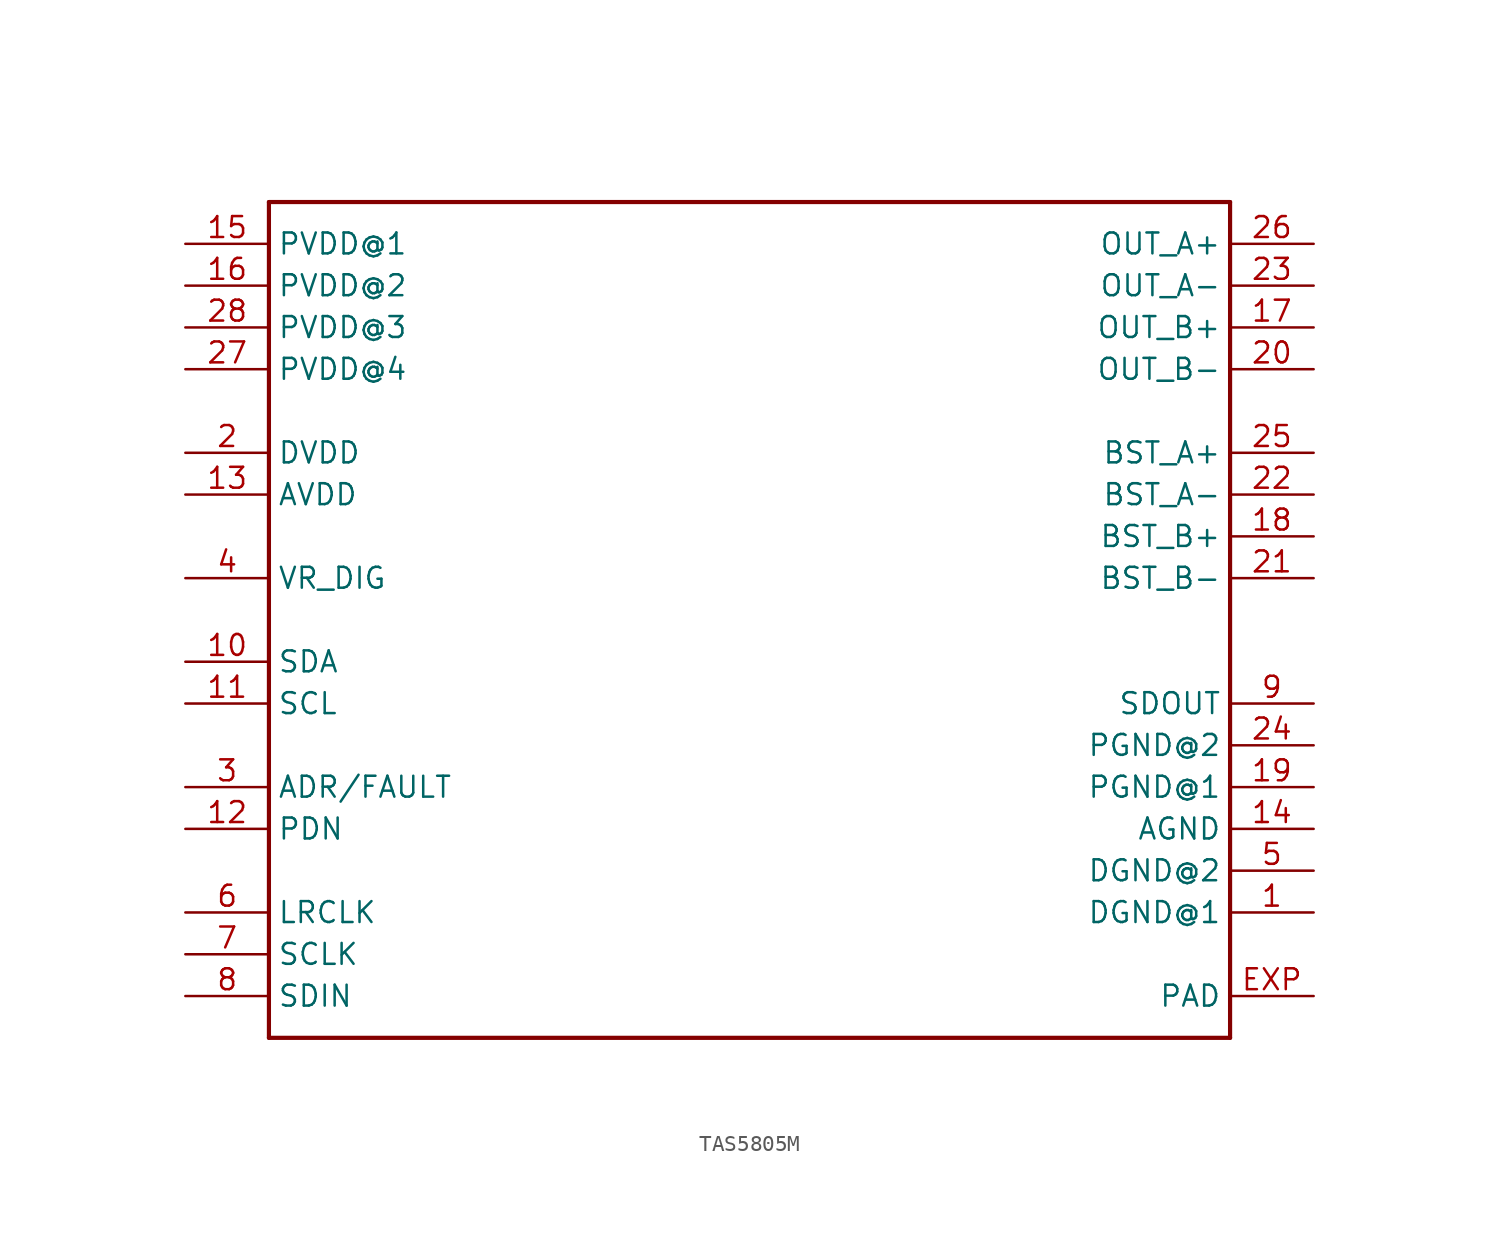
<source format=kicad_sym>
(kicad_symbol_lib
  (version 20231120)
  (generator "kicad_symbol_editor")
  (generator_version "8.0")
  (symbol "TAS5805M"
    (property "Reference" ""
      (at -15.24 25.4 0)
      (effects (font (size 1.27 1.079)) (justify left bottom) (hide yes)))
    (property "Value" ""
      (at 10.16 25.4 0)
      (effects (font (size 1.27 1.079)) (justify left bottom)))
    (property "ki_locked" ""
      (at 0 0 0)
      (effects (font (size 1.27 1.27))))
    (symbol "TAS5805M_1_0"
      (polyline (pts (xy -27.94 -27.94) (xy 30.48 -27.94)) (stroke (width 0.254) (type solid)) (fill (type none)))
      (polyline (pts (xy -27.94 22.86) (xy -27.94 -27.94)) (stroke (width 0.254) (type solid)) (fill (type none)))
      (polyline (pts (xy 30.48 -27.94) (xy 30.48 22.86)) (stroke (width 0.254) (type solid)) (fill (type none)))
      (polyline (pts (xy 30.48 22.86) (xy -27.94 22.86)) (stroke (width 0.254) (type solid)) (fill (type none)))
      (pin bidirectional line (at 35.56 -20.32 180) (length 5.08) (name "DGND@1" (effects (font (size 1.27 1.27)))) (number "1" (effects (font (size 1.27 1.27)))))
      (pin bidirectional line (at -33.02 -5.08 0) (length 5.08) (name "SDA" (effects (font (size 1.27 1.27)))) (number "10" (effects (font (size 1.27 1.27)))))
      (pin bidirectional line (at -33.02 -7.62 0) (length 5.08) (name "SCL" (effects (font (size 1.27 1.27)))) (number "11" (effects (font (size 1.27 1.27)))))
      (pin bidirectional line (at -33.02 -15.24 0) (length 5.08) (name "PDN" (effects (font (size 1.27 1.27)))) (number "12" (effects (font (size 1.27 1.27)))))
      (pin bidirectional line (at -33.02 5.08 0) (length 5.08) (name "AVDD" (effects (font (size 1.27 1.27)))) (number "13" (effects (font (size 1.27 1.27)))))
      (pin bidirectional line (at 35.56 -15.24 180) (length 5.08) (name "AGND" (effects (font (size 1.27 1.27)))) (number "14" (effects (font (size 1.27 1.27)))))
      (pin bidirectional line (at -33.02 20.32 0) (length 5.08) (name "PVDD@1" (effects (font (size 1.27 1.27)))) (number "15" (effects (font (size 1.27 1.27)))))
      (pin bidirectional line (at -33.02 17.78 0) (length 5.08) (name "PVDD@2" (effects (font (size 1.27 1.27)))) (number "16" (effects (font (size 1.27 1.27)))))
      (pin bidirectional line (at 35.56 15.24 180) (length 5.08) (name "OUT_B+" (effects (font (size 1.27 1.27)))) (number "17" (effects (font (size 1.27 1.27)))))
      (pin bidirectional line (at 35.56 2.54 180) (length 5.08) (name "BST_B+" (effects (font (size 1.27 1.27)))) (number "18" (effects (font (size 1.27 1.27)))))
      (pin bidirectional line (at 35.56 -12.7 180) (length 5.08) (name "PGND@1" (effects (font (size 1.27 1.27)))) (number "19" (effects (font (size 1.27 1.27)))))
      (pin bidirectional line (at -33.02 7.62 0) (length 5.08) (name "DVDD" (effects (font (size 1.27 1.27)))) (number "2" (effects (font (size 1.27 1.27)))))
      (pin bidirectional line (at 35.56 12.7 180) (length 5.08) (name "OUT_B-" (effects (font (size 1.27 1.27)))) (number "20" (effects (font (size 1.27 1.27)))))
      (pin bidirectional line (at 35.56 0 180) (length 5.08) (name "BST_B-" (effects (font (size 1.27 1.27)))) (number "21" (effects (font (size 1.27 1.27)))))
      (pin bidirectional line (at 35.56 5.08 180) (length 5.08) (name "BST_A-" (effects (font (size 1.27 1.27)))) (number "22" (effects (font (size 1.27 1.27)))))
      (pin bidirectional line (at 35.56 17.78 180) (length 5.08) (name "OUT_A-" (effects (font (size 1.27 1.27)))) (number "23" (effects (font (size 1.27 1.27)))))
      (pin bidirectional line (at 35.56 -10.16 180) (length 5.08) (name "PGND@2" (effects (font (size 1.27 1.27)))) (number "24" (effects (font (size 1.27 1.27)))))
      (pin bidirectional line (at 35.56 7.62 180) (length 5.08) (name "BST_A+" (effects (font (size 1.27 1.27)))) (number "25" (effects (font (size 1.27 1.27)))))
      (pin bidirectional line (at 35.56 20.32 180) (length 5.08) (name "OUT_A+" (effects (font (size 1.27 1.27)))) (number "26" (effects (font (size 1.27 1.27)))))
      (pin bidirectional line (at -33.02 12.7 0) (length 5.08) (name "PVDD@4" (effects (font (size 1.27 1.27)))) (number "27" (effects (font (size 1.27 1.27)))))
      (pin bidirectional line (at -33.02 15.24 0) (length 5.08) (name "PVDD@3" (effects (font (size 1.27 1.27)))) (number "28" (effects (font (size 1.27 1.27)))))
      (pin bidirectional line (at -33.02 -12.7 0) (length 5.08) (name "ADR/FAULT" (effects (font (size 1.27 1.27)))) (number "3" (effects (font (size 1.27 1.27)))))
      (pin bidirectional line (at -33.02 0 0) (length 5.08) (name "VR_DIG" (effects (font (size 1.27 1.27)))) (number "4" (effects (font (size 1.27 1.27)))))
      (pin bidirectional line (at 35.56 -17.78 180) (length 5.08) (name "DGND@2" (effects (font (size 1.27 1.27)))) (number "5" (effects (font (size 1.27 1.27)))))
      (pin bidirectional line (at -33.02 -20.32 0) (length 5.08) (name "LRCLK" (effects (font (size 1.27 1.27)))) (number "6" (effects (font (size 1.27 1.27)))))
      (pin bidirectional line (at -33.02 -22.86 0) (length 5.08) (name "SCLK" (effects (font (size 1.27 1.27)))) (number "7" (effects (font (size 1.27 1.27)))))
      (pin bidirectional line (at -33.02 -25.4 0) (length 5.08) (name "SDIN" (effects (font (size 1.27 1.27)))) (number "8" (effects (font (size 1.27 1.27)))))
      (pin bidirectional line (at 35.56 -7.62 180) (length 5.08) (name "SDOUT" (effects (font (size 1.27 1.27)))) (number "9" (effects (font (size 1.27 1.27)))))
      (pin bidirectional line (at 35.56 -25.4 180) (length 5.08) (name "PAD" (effects (font (size 1.27 1.27)))) (number "EXP" (effects (font (size 1.27 1.27))))))))
</source>
